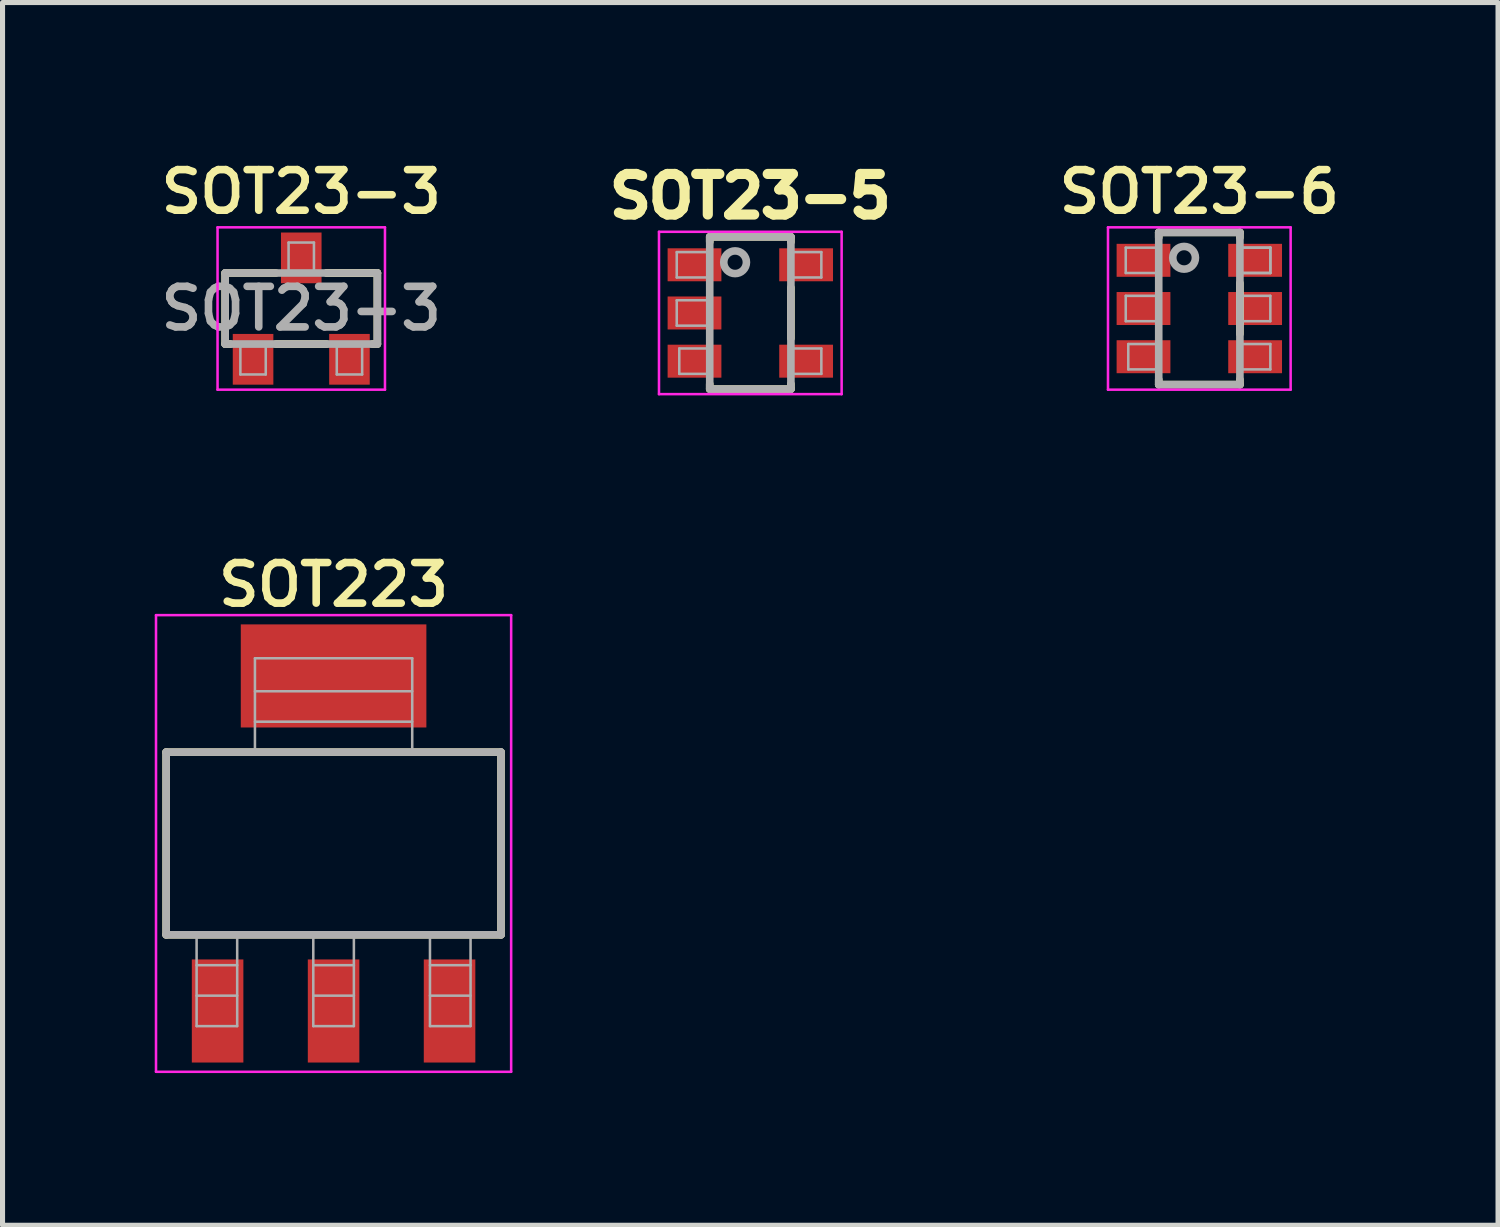
<source format=kicad_pcb>
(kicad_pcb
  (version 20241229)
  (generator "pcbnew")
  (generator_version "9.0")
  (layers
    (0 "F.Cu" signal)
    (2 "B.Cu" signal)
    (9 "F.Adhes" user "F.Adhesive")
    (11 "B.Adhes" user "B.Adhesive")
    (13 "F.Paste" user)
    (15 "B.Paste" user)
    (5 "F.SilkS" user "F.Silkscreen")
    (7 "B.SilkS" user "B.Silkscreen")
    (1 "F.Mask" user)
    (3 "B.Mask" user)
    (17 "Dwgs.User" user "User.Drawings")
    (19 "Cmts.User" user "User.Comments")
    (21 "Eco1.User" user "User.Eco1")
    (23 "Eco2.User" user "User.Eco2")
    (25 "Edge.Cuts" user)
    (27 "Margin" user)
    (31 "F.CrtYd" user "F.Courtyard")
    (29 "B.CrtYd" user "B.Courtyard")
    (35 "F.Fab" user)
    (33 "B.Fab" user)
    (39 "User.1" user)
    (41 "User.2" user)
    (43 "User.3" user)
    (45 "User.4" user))
  (footprint "SOT223"
    (layer "F.Cu")
    (at 3.525 13.575)
    (property "Reference" "SOT223" (at 0 -5.1 0) (layer "F.SilkS") (effects (font (size 0.8 0.8) (thickness 0.15))))
    (attr smd)
    (fp_line (start -3.3 -1.8) (end 3.3 -1.8) (stroke (width 0.15) (type solid)) (layer "F.SilkS"))
    (fp_line (start -3.3 1.8) (end -3.3 -1.8) (stroke (width 0.15) (type solid)) (layer "F.SilkS"))
    (fp_line (start 3.3 -1.8) (end 3.3 1.8) (stroke (width 0.15) (type solid)) (layer "F.SilkS"))
    (fp_line (start 3.3 1.8) (end -3.3 1.8) (stroke (width 0.15) (type solid)) (layer "F.SilkS"))
    (fp_line (start -3.5 -4.5) (end 3.5 -4.5) (stroke (width 0.05) (type solid)) (layer "F.CrtYd"))
    (fp_line (start -3.5 4.5) (end -3.5 -4.5) (stroke (width 0.05) (type solid)) (layer "F.CrtYd"))
    (fp_line (start 3.5 -4.5) (end 3.5 4.5) (stroke (width 0.05) (type solid)) (layer "F.CrtYd"))
    (fp_line (start 3.5 4.5) (end -3.5 4.5) (stroke (width 0.05) (type solid)) (layer "F.CrtYd"))
    (fp_line (start -3.3 -1.8) (end 3.3 -1.8) (stroke (width 0.15) (type solid)) (layer "F.Fab"))
    (fp_line (start -3.3 1.8) (end -3.3 -1.8) (stroke (width 0.15) (type solid)) (layer "F.Fab"))
    (fp_line (start -2.7 1.8) (end -2.7 3.6) (stroke (width 0.05) (type solid)) (layer "F.Fab"))
    (fp_line (start -2.7 2.4) (end -1.9 2.4) (stroke (width 0.05) (type solid)) (layer "F.Fab"))
    (fp_line (start -2.7 3) (end -1.9 3) (stroke (width 0.05) (type solid)) (layer "F.Fab"))
    (fp_line (start -2.7 3.6) (end -1.9 3.6) (stroke (width 0.05) (type solid)) (layer "F.Fab"))
    (fp_line (start -1.9 3.6) (end -1.9 1.8) (stroke (width 0.05) (type solid)) (layer "F.Fab"))
    (fp_line (start -1.55 -3.65) (end 1.55 -3.65) (stroke (width 0.05) (type solid)) (layer "F.Fab"))
    (fp_line (start -1.55 -3) (end 1.55 -3) (stroke (width 0.05) (type solid)) (layer "F.Fab"))
    (fp_line (start -1.55 -2.4) (end 1.55 -2.4) (stroke (width 0.05) (type solid)) (layer "F.Fab"))
    (fp_line (start -1.55 -1.85) (end -1.55 -3.65) (stroke (width 0.05) (type solid)) (layer "F.Fab"))
    (fp_line (start -0.4 1.8) (end -0.4 3.6) (stroke (width 0.05) (type solid)) (layer "F.Fab"))
    (fp_line (start -0.4 2.4) (end 0.4 2.4) (stroke (width 0.05) (type solid)) (layer "F.Fab"))
    (fp_line (start -0.4 3) (end 0.4 3) (stroke (width 0.05) (type solid)) (layer "F.Fab"))
    (fp_line (start -0.4 3.6) (end 0.4 3.6) (stroke (width 0.05) (type solid)) (layer "F.Fab"))
    (fp_line (start 0.4 3.6) (end 0.4 1.8) (stroke (width 0.05) (type solid)) (layer "F.Fab"))
    (fp_line (start 1.55 -3.65) (end 1.55 -1.85) (stroke (width 0.05) (type solid)) (layer "F.Fab"))
    (fp_line (start 1.9 1.8) (end 1.9 3.6) (stroke (width 0.05) (type solid)) (layer "F.Fab"))
    (fp_line (start 1.9 2.4) (end 2.7 2.4) (stroke (width 0.05) (type solid)) (layer "F.Fab"))
    (fp_line (start 1.9 3) (end 2.7 3) (stroke (width 0.05) (type solid)) (layer "F.Fab"))
    (fp_line (start 1.9 3.6) (end 2.7 3.6) (stroke (width 0.05) (type solid)) (layer "F.Fab"))
    (fp_line (start 2.7 3.6) (end 2.7 1.8) (stroke (width 0.05) (type solid)) (layer "F.Fab"))
    (fp_line (start 3.3 -1.8) (end 3.3 1.8) (stroke (width 0.15) (type solid)) (layer "F.Fab"))
    (fp_line (start 3.3 1.8) (end -3.3 1.8) (stroke (width 0.15) (type solid)) (layer "F.Fab"))
    (pad "1" smd rect (at -2.286 3.302) (size 1.016 2.032) (layers "F.Cu" "F.Mask" "F.Paste"))
    (pad "2" smd rect (at 0 3.302) (size 1.016 2.032) (layers "F.Cu" "F.Mask" "F.Paste"))
    (pad "3" smd rect (at 2.286 3.302) (size 1.016 2.032) (layers "F.Cu" "F.Mask" "F.Paste"))
    (pad "4" smd rect (at 0 -3.302) (size 3.658 2.032) (layers "F.Cu" "F.Mask" "F.Paste")))
  (footprint "SOT23-3"
    (layer "F.Cu")
    (at 2.888 3.031)
    (property "Reference" "SOT23-3" (at 0 -2.3 0) (layer "F.SilkS") (effects (font (size 0.8 0.8) (thickness 0.15))))
    (attr smd)
    (fp_line (start -1.5 -0.7) (end -1.5 0.7) (stroke (width 0.15) (type solid)) (layer "F.SilkS"))
    (fp_line (start -1.5 -0.7) (end -0.5 -0.7) (stroke (width 0.15) (type solid)) (layer "F.SilkS"))
    (fp_line (start -1.5 0.7) (end -1.4 0.7) (stroke (width 0.15) (type solid)) (layer "F.SilkS"))
    (fp_line (start -0.5 0.7) (end 0.5 0.7) (stroke (width 0.15) (type solid)) (layer "F.SilkS"))
    (fp_line (start 0.5 -0.7) (end 1.5 -0.7) (stroke (width 0.15) (type solid)) (layer "F.SilkS"))
    (fp_line (start 0.5 -0.7) (end 1.5 -0.7) (stroke (width 0.15) (type solid)) (layer "F.SilkS"))
    (fp_line (start 1.5 -0.7) (end 1.5 0.7) (stroke (width 0.15) (type solid)) (layer "F.SilkS"))
    (fp_line (start 1.5 0.7) (end 1.4 0.7) (stroke (width 0.15) (type solid)) (layer "F.SilkS"))
    (fp_line (start -1.65 -1.6) (end 1.65 -1.6) (stroke (width 0.05) (type solid)) (layer "F.CrtYd"))
    (fp_line (start -1.65 1.6) (end -1.65 -1.6) (stroke (width 0.05) (type solid)) (layer "F.CrtYd"))
    (fp_line (start 1.65 -1.6) (end 1.65 1.6) (stroke (width 0.05) (type solid)) (layer "F.CrtYd"))
    (fp_line (start 1.65 1.6) (end -1.65 1.6) (stroke (width 0.05) (type solid)) (layer "F.CrtYd"))
    (fp_line (start -1.5 -0.7) (end 1.5 -0.7) (stroke (width 0.15) (type solid)) (layer "F.Fab"))
    (fp_line (start -1.5 0.7) (end -1.5 -0.7) (stroke (width 0.15) (type solid)) (layer "F.Fab"))
    (fp_line (start -1.2 0.7) (end -1.2 1.3) (stroke (width 0.05) (type solid)) (layer "F.Fab"))
    (fp_line (start -1.2 1.3) (end -0.7 1.3) (stroke (width 0.05) (type solid)) (layer "F.Fab"))
    (fp_line (start -0.7 1.3) (end -0.7 0.7) (stroke (width 0.05) (type solid)) (layer "F.Fab"))
    (fp_line (start -0.25 -1.3) (end -0.25 -0.7) (stroke (width 0.05) (type solid)) (layer "F.Fab"))
    (fp_line (start -0.25 -1.3) (end 0.25 -1.3) (stroke (width 0.05) (type solid)) (layer "F.Fab"))
    (fp_line (start 0.25 -0.7) (end 0.25 -1.3) (stroke (width 0.05) (type solid)) (layer "F.Fab"))
    (fp_line (start 0.7 0.7) (end 0.7 1.3) (stroke (width 0.05) (type solid)) (layer "F.Fab"))
    (fp_line (start 0.7 1.3) (end 1.2 1.3) (stroke (width 0.05) (type solid)) (layer "F.Fab"))
    (fp_line (start 1.2 1.3) (end 1.2 0.7) (stroke (width 0.05) (type solid)) (layer "F.Fab"))
    (fp_line (start 1.5 -0.7) (end 1.5 0.7) (stroke (width 0.15) (type solid)) (layer "F.Fab"))
    (fp_line (start 1.5 0.7) (end -1.5 0.7) (stroke (width 0.15) (type solid)) (layer "F.Fab"))
    (fp_text user "${REFERENCE}" (at 0 0 0) (layer "F.Fab") (effects (font (size 0.8 0.8) (thickness 0.15))))
    (pad "1" smd rect (at -0.95 1.001) (size 0.8 1) (layers "F.Cu" "F.Mask" "F.Paste"))
    (pad "2" smd rect (at 0.95 1.001) (size 0.8 1) (layers "F.Cu" "F.Mask" "F.Paste"))
    (pad "3" smd rect (at 0 -0.998) (size 0.8 1) (layers "F.Cu" "F.Mask" "F.Paste")))
  (footprint "SOT23-6"
    (layer "F.Cu")
    (at 20.589 3.031)
    (property "Reference" "SOT23-6" (at 0 -2.3 0) (layer "F.SilkS") (effects (font (size 0.8 0.8) (thickness 0.15))))
    (attr smd)
    (fp_line (start -0.8 -1.5) (end -0.8 -1.4) (stroke (width 0.15) (type solid)) (layer "F.SilkS"))
    (fp_line (start -0.8 -1.5) (end 0.8 -1.5) (stroke (width 0.15) (type solid)) (layer "F.SilkS"))
    (fp_line (start -0.8 1.5) (end -0.8 1.4) (stroke (width 0.15) (type solid)) (layer "F.SilkS"))
    (fp_line (start 0.8 -1.5) (end 0.8 -1.4) (stroke (width 0.15) (type solid)) (layer "F.SilkS"))
    (fp_line (start 0.8 -0.5) (end 0.8 0.5) (stroke (width 0.15) (type solid)) (layer "F.SilkS"))
    (fp_line (start 0.8 1.5) (end -0.8 1.5) (stroke (width 0.15) (type solid)) (layer "F.SilkS"))
    (fp_line (start 0.8 1.5) (end 0.8 1.4) (stroke (width 0.15) (type solid)) (layer "F.SilkS"))
    (fp_line (start -1.8 -1.6) (end 1.8 -1.6) (stroke (width 0.05) (type solid)) (layer "F.CrtYd"))
    (fp_line (start -1.8 1.6) (end -1.8 -1.6) (stroke (width 0.05) (type solid)) (layer "F.CrtYd"))
    (fp_line (start 1.8 -1.6) (end 1.8 1.6) (stroke (width 0.05) (type solid)) (layer "F.CrtYd"))
    (fp_line (start 1.8 1.6) (end -1.8 1.6) (stroke (width 0.05) (type solid)) (layer "F.CrtYd"))
    (fp_line (start -1.45 -1.2) (end -1.45 -0.7) (stroke (width 0.05) (type solid)) (layer "F.Fab"))
    (fp_line (start -1.45 -1.2) (end -0.85 -1.2) (stroke (width 0.05) (type solid)) (layer "F.Fab"))
    (fp_line (start -1.45 -0.25) (end -1.45 0.25) (stroke (width 0.05) (type solid)) (layer "F.Fab"))
    (fp_line (start -1.45 -0.25) (end -0.85 -0.25) (stroke (width 0.05) (type solid)) (layer "F.Fab"))
    (fp_line (start -1.4 0.7) (end -1.4 1.2) (stroke (width 0.05) (type solid)) (layer "F.Fab"))
    (fp_line (start -1.4 0.7) (end -0.8 0.7) (stroke (width 0.05) (type solid)) (layer "F.Fab"))
    (fp_line (start -0.85 -0.7) (end -1.45 -0.7) (stroke (width 0.05) (type solid)) (layer "F.Fab"))
    (fp_line (start -0.85 0.25) (end -1.45 0.25) (stroke (width 0.05) (type solid)) (layer "F.Fab"))
    (fp_line (start -0.8 -1.5) (end 0.8 -1.5) (stroke (width 0.15) (type solid)) (layer "F.Fab"))
    (fp_line (start -0.8 1.2) (end -1.4 1.2) (stroke (width 0.05) (type solid)) (layer "F.Fab"))
    (fp_line (start -0.8 1.5) (end -0.8 -1.5) (stroke (width 0.15) (type solid)) (layer "F.Fab"))
    (fp_line (start 0.8 -1.5) (end 0.8 1.5) (stroke (width 0.15) (type solid)) (layer "F.Fab"))
    (fp_line (start 0.8 -1.2) (end 1.4 -1.2) (stroke (width 0.05) (type solid)) (layer "F.Fab"))
    (fp_line (start 0.8 -1.2) (end 1.4 -1.2) (stroke (width 0.05) (type solid)) (layer "F.Fab"))
    (fp_line (start 0.8 -0.25) (end 1.4 -0.25) (stroke (width 0.05) (type solid)) (layer "F.Fab"))
    (fp_line (start 0.8 0.7) (end 1.4 0.7) (stroke (width 0.05) (type solid)) (layer "F.Fab"))
    (fp_line (start 0.8 1.5) (end -0.8 1.5) (stroke (width 0.15) (type solid)) (layer "F.Fab"))
    (fp_line (start 1.4 -1.2) (end 1.4 -0.7) (stroke (width 0.05) (type solid)) (layer "F.Fab"))
    (fp_line (start 1.4 -1.2) (end 1.4 -0.7) (stroke (width 0.05) (type solid)) (layer "F.Fab"))
    (fp_line (start 1.4 -0.7) (end 0.8 -0.7) (stroke (width 0.05) (type solid)) (layer "F.Fab"))
    (fp_line (start 1.4 -0.7) (end 0.8 -0.7) (stroke (width 0.05) (type solid)) (layer "F.Fab"))
    (fp_line (start 1.4 -0.25) (end 1.4 0.25) (stroke (width 0.05) (type solid)) (layer "F.Fab"))
    (fp_line (start 1.4 0.25) (end 0.8 0.25) (stroke (width 0.05) (type solid)) (layer "F.Fab"))
    (fp_line (start 1.4 0.7) (end 1.4 1.2) (stroke (width 0.05) (type solid)) (layer "F.Fab"))
    (fp_line (start 1.4 1.2) (end 0.8 1.2) (stroke (width 0.05) (type solid)) (layer "F.Fab"))
    (fp_circle (center -0.3 -1) (end -0.2 -0.8) (stroke (width 0.15) (type solid)) (fill no) (layer "F.Fab"))
    (pad "1" smd rect (at -1.1 -0.95) (size 1.06 0.65) (layers "F.Cu" "F.Mask" "F.Paste"))
    (pad "2" smd rect (at -1.1 0) (size 1.06 0.65) (layers "F.Cu" "F.Mask" "F.Paste"))
    (pad "3" smd rect (at -1.1 0.95) (size 1.06 0.65) (layers "F.Cu" "F.Mask" "F.Paste"))
    (pad "4" smd rect (at 1.1 0.95) (size 1.06 0.65) (layers "F.Cu" "F.Mask" "F.Paste"))
    (pad "5" smd rect (at 1.1 0) (size 1.06 0.65) (layers "F.Cu" "F.Mask" "F.Paste"))
    (pad "6" smd rect (at 1.1 -0.95) (size 1.06 0.65) (layers "F.Cu" "F.Mask" "F.Paste")))
  (footprint "SOT23-5"
    (layer "F.Cu")
    (at 11.739 3.119)
    (property "Reference" "SOT23-5" (at 0 -2.3 0) (layer "F.SilkS") (effects (font (size 0.8 0.8) (thickness 0.2))))
    (attr smd)
    (fp_line (start -0.8 -1.5) (end -0.8 -1.4) (stroke (width 0.15) (type solid)) (layer "F.SilkS"))
    (fp_line (start -0.8 -1.5) (end 0.8 -1.5) (stroke (width 0.15) (type solid)) (layer "F.SilkS"))
    (fp_line (start -0.8 1.5) (end -0.8 1.4) (stroke (width 0.15) (type solid)) (layer "F.SilkS"))
    (fp_line (start 0.8 -1.5) (end 0.8 -1.4) (stroke (width 0.15) (type solid)) (layer "F.SilkS"))
    (fp_line (start 0.8 -0.5) (end 0.8 0.5) (stroke (width 0.15) (type solid)) (layer "F.SilkS"))
    (fp_line (start 0.8 1.5) (end -0.8 1.5) (stroke (width 0.15) (type solid)) (layer "F.SilkS"))
    (fp_line (start 0.8 1.5) (end 0.8 1.4) (stroke (width 0.15) (type solid)) (layer "F.SilkS"))
    (fp_line (start -1.8 -1.6) (end 1.8 -1.6) (stroke (width 0.05) (type solid)) (layer "F.CrtYd"))
    (fp_line (start -1.8 1.6) (end -1.8 -1.6) (stroke (width 0.05) (type solid)) (layer "F.CrtYd"))
    (fp_line (start 1.8 -1.6) (end 1.8 1.6) (stroke (width 0.05) (type solid)) (layer "F.CrtYd"))
    (fp_line (start 1.8 1.6) (end -1.8 1.6) (stroke (width 0.05) (type solid)) (layer "F.CrtYd"))
    (fp_line (start -1.45 -1.2) (end -1.45 -0.7) (stroke (width 0.05) (type solid)) (layer "F.Fab"))
    (fp_line (start -1.45 -1.2) (end -0.85 -1.2) (stroke (width 0.05) (type solid)) (layer "F.Fab"))
    (fp_line (start -1.45 -0.25) (end -1.45 0.25) (stroke (width 0.05) (type solid)) (layer "F.Fab"))
    (fp_line (start -1.45 -0.25) (end -0.85 -0.25) (stroke (width 0.05) (type solid)) (layer "F.Fab"))
    (fp_line (start -1.4 0.7) (end -1.4 1.2) (stroke (width 0.05) (type solid)) (layer "F.Fab"))
    (fp_line (start -1.4 0.7) (end -0.8 0.7) (stroke (width 0.05) (type solid)) (layer "F.Fab"))
    (fp_line (start -0.85 -0.7) (end -1.45 -0.7) (stroke (width 0.05) (type solid)) (layer "F.Fab"))
    (fp_line (start -0.85 0.25) (end -1.45 0.25) (stroke (width 0.05) (type solid)) (layer "F.Fab"))
    (fp_line (start -0.8 -1.5) (end 0.8 -1.5) (stroke (width 0.15) (type solid)) (layer "F.Fab"))
    (fp_line (start -0.8 1.2) (end -1.4 1.2) (stroke (width 0.05) (type solid)) (layer "F.Fab"))
    (fp_line (start -0.8 1.5) (end -0.8 -1.5) (stroke (width 0.15) (type solid)) (layer "F.Fab"))
    (fp_line (start 0.8 -1.5) (end 0.8 1.5) (stroke (width 0.15) (type solid)) (layer "F.Fab"))
    (fp_line (start 0.8 -1.2) (end 1.4 -1.2) (stroke (width 0.05) (type solid)) (layer "F.Fab"))
    (fp_line (start 0.8 0.7) (end 1.4 0.7) (stroke (width 0.05) (type solid)) (layer "F.Fab"))
    (fp_line (start 0.8 1.5) (end -0.8 1.5) (stroke (width 0.15) (type solid)) (layer "F.Fab"))
    (fp_line (start 1.4 -1.2) (end 1.4 -0.7) (stroke (width 0.05) (type solid)) (layer "F.Fab"))
    (fp_line (start 1.4 -0.7) (end 0.8 -0.7) (stroke (width 0.05) (type solid)) (layer "F.Fab"))
    (fp_line (start 1.4 0.7) (end 1.4 1.2) (stroke (width 0.05) (type solid)) (layer "F.Fab"))
    (fp_line (start 1.4 1.2) (end 0.8 1.2) (stroke (width 0.05) (type solid)) (layer "F.Fab"))
    (fp_circle (center -0.3 -1) (end -0.2 -0.8) (stroke (width 0.15) (type solid)) (fill no) (layer "F.Fab"))
    (pad "1" smd rect (at -1.1 -0.95) (size 1.06 0.65) (layers "F.Cu" "F.Mask" "F.Paste"))
    (pad "2" smd rect (at -1.1 0) (size 1.06 0.65) (layers "F.Cu" "F.Mask" "F.Paste"))
    (pad "3" smd rect (at -1.1 0.95) (size 1.06 0.65) (layers "F.Cu" "F.Mask" "F.Paste"))
    (pad "4" smd rect (at 1.1 0.95) (size 1.06 0.65) (layers "F.Cu" "F.Mask" "F.Paste"))
    (pad "5" smd rect (at 1.1 -0.95) (size 1.06 0.65) (layers "F.Cu" "F.Mask" "F.Paste")))
  (gr_rect
    (start -3 -3)
    (end 26.477 21.1)
    (stroke (width 0.1) (type default))
    (fill no)
    (layer "Edge.Cuts")))
</source>
